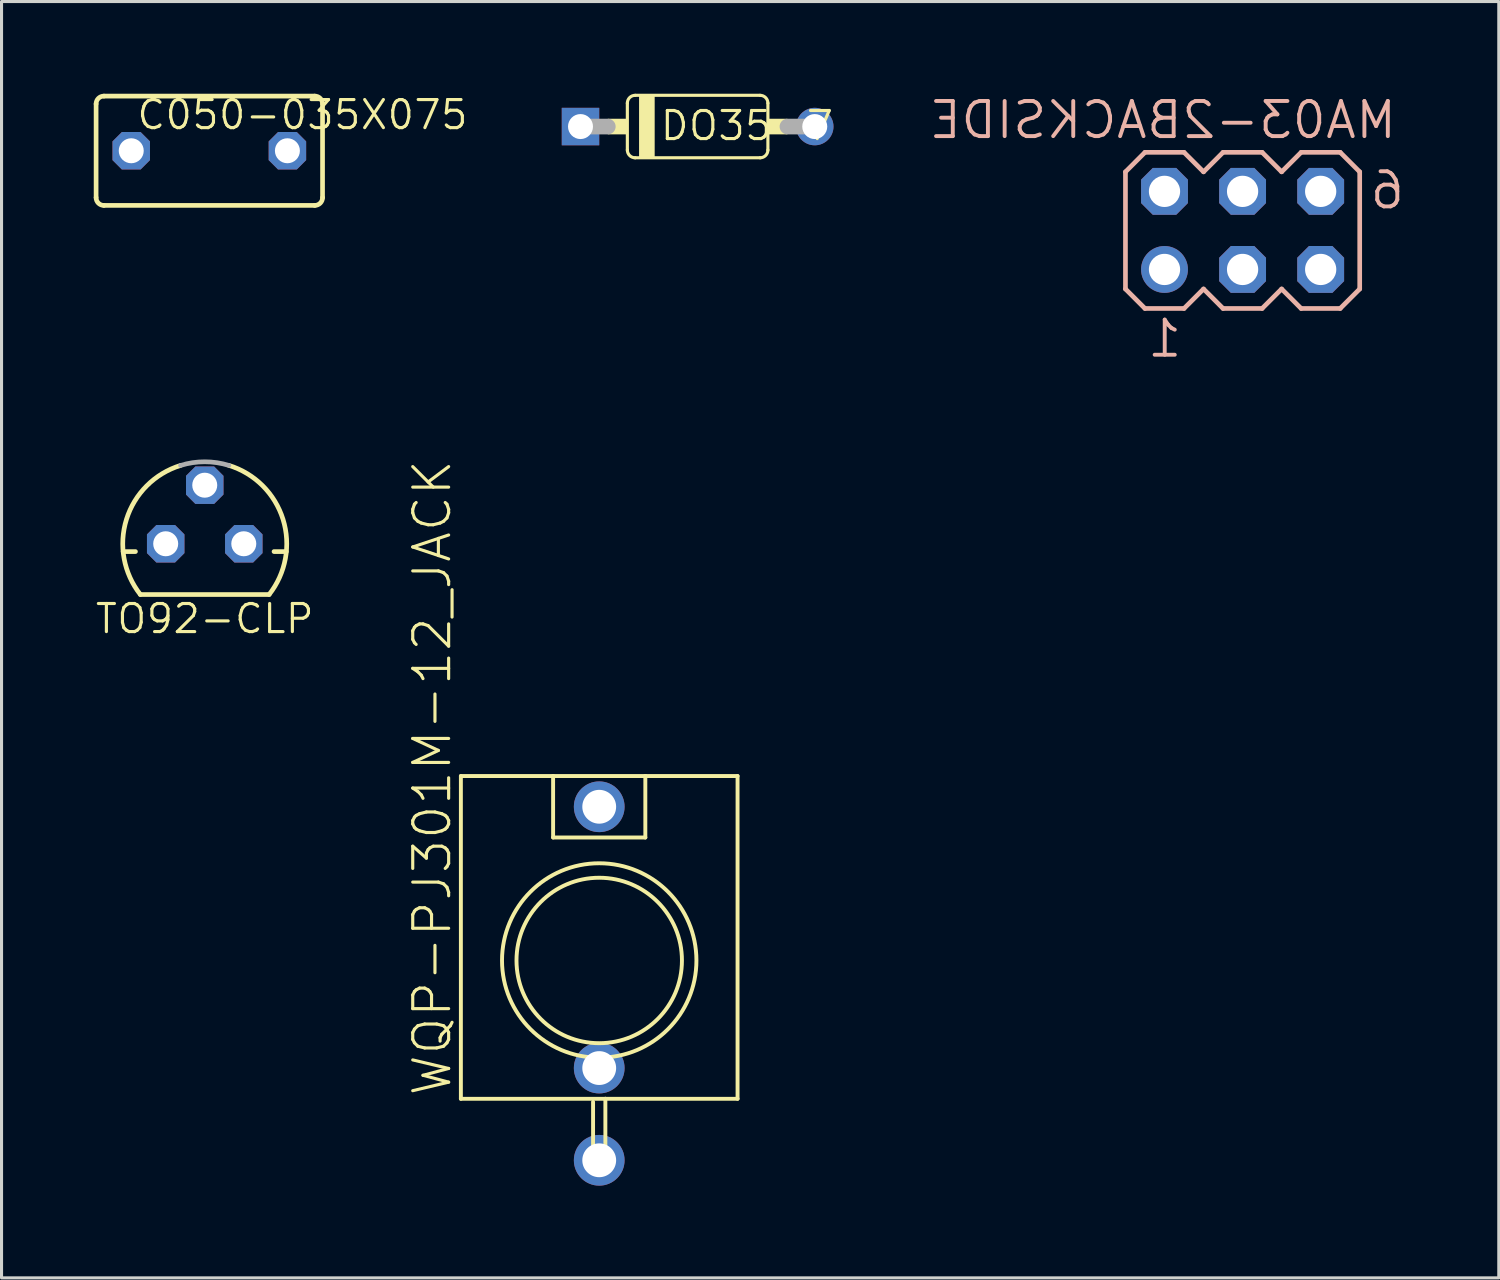
<source format=kicad_pcb>
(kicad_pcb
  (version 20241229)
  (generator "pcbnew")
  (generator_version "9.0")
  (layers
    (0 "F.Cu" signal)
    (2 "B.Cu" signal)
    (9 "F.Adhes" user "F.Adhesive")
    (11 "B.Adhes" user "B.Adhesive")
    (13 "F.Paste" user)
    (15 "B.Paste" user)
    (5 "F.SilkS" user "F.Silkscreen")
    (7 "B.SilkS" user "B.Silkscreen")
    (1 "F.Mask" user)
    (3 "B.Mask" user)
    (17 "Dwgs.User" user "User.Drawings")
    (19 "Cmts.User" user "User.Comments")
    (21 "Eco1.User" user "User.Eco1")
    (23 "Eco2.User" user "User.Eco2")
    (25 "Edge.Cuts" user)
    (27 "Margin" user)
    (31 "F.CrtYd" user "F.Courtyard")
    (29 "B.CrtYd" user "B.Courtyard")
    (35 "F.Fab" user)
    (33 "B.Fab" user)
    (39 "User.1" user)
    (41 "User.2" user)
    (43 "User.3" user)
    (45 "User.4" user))
  (footprint "DO35-7"
    (layer "F.Cu")
    (at 19.643 1.067)
    (property "Reference" "DO35-7" (at -1.27 0.508 0) (layer "F.SilkS") (effects (font (size 0.914 0.914) (thickness 0.102)) (justify left bottom)))
    (fp_line (start -2.286 -0.762) (end -2.286 0.762) (stroke (width 0.102) (type solid)) (layer "F.SilkS"))
    (fp_line (start -2.032 -1.016) (end 2.032 -1.016) (stroke (width 0.102) (type solid)) (layer "F.SilkS"))
    (fp_line (start -2.032 1.016) (end 2.032 1.016) (stroke (width 0.102) (type solid)) (layer "F.SilkS"))
    (fp_line (start 2.286 -0.762) (end 2.286 0.762) (stroke (width 0.102) (type solid)) (layer "F.SilkS"))
    (fp_arc (start -2.286 -0.762) (mid -2.211605 -0.941605) (end -2.032 -1.016) (stroke (width 0.1016) (type solid)) (layer "F.SilkS"))
    (fp_arc (start -2.032 1.016) (mid -2.211605 0.941605) (end -2.286 0.762) (stroke (width 0.1016) (type solid)) (layer "F.SilkS"))
    (fp_arc (start 2.032 -1.016) (mid 2.211605 -0.941605) (end 2.286 -0.762) (stroke (width 0.1016) (type solid)) (layer "F.SilkS"))
    (fp_arc (start 2.286 0.762) (mid 2.211605 0.941605) (end 2.032 1.016) (stroke (width 0.1016) (type solid)) (layer "F.SilkS"))
    (fp_poly (pts (xy -2.921 0.254) (xy -2.286 0.254) (xy -2.286 -0.254) (xy -2.921 -0.254)) (stroke (width 0) (type solid)) (fill yes) (layer "F.SilkS"))
    (fp_poly (pts (xy -1.905 1.016) (xy -1.397 1.016) (xy -1.397 -1.016) (xy -1.905 -1.016)) (stroke (width 0) (type solid)) (fill yes) (layer "F.SilkS"))
    (fp_poly (pts (xy 2.286 0.254) (xy 2.921 0.254) (xy 2.921 -0.254) (xy 2.286 -0.254)) (stroke (width 0) (type solid)) (fill yes) (layer "F.SilkS"))
    (fp_line (start -3.81 0) (end -2.921 0) (stroke (width 0.508) (type solid)) (layer "F.Fab"))
    (fp_line (start 3.81 0) (end 2.921 0) (stroke (width 0.508) (type solid)) (layer "F.Fab"))
    (pad "A" thru_hole circle (at 3.81 0) (size 1.219 1.219) (drill 0.813) (layers "*.Cu" "*.Mask"))
    (pad "C" thru_hole rect (at -3.81 0) (size 1.219 1.219) (drill 0.813) (layers "*.Cu" "*.Mask")))
  (footprint "TO92-CLP"
    (layer "F.Cu")
    (at 3.61 14.638)
    (property "Reference" "TO92-CLP" (at 0 1.905 0) (layer "F.SilkS") (effects (font (size 0.914 0.914) (thickness 0.102)) (justify top)))
    (fp_line (start -2.655 0.254) (end -2.254 0.254) (stroke (width 0.152) (type solid)) (layer "F.SilkS"))
    (fp_line (start -2.095 1.651) (end 2.095 1.651) (stroke (width 0.152) (type solid)) (layer "F.SilkS"))
    (fp_line (start 2.254 0.254) (end 2.655 0.254) (stroke (width 0.152) (type solid)) (layer "F.SilkS"))
    (fp_arc (start -2.0946 1.651) (mid -2.54634 -0.793276) (end -0.786301 -2.548501) (stroke (width 0.1524) (type solid)) (layer "F.SilkS"))
    (fp_arc (start 0.7868 -2.5484) (mid 2.54677 -0.793202) (end 2.095 1.650999) (stroke (width 0.1524) (type solid)) (layer "F.SilkS"))
    (fp_arc (start -0.7863 -2.5485) (mid 0 -2.667043) (end 0.7863 -2.5485) (stroke (width 0.1524) (type solid)) (layer "F.Fab"))
    (pad "A" thru_hole roundrect (at 0 -1.905) (size 1.219 1.219) (drill 0.813) (layers "*.Cu" "*.Mask") (roundrect_rratio 0.25) (chamfer_ratio 0.25) (chamfer top_left top_right bottom_left bottom_right))
    (pad "C" thru_hole roundrect (at 1.27 0) (size 1.219 1.219) (drill 0.813) (layers "*.Cu" "*.Mask") (roundrect_rratio 0.25) (chamfer_ratio 0.25) (chamfer top_left top_right bottom_left bottom_right))
    (pad "R" thru_hole roundrect (at -1.27 0) (size 1.219 1.219) (drill 0.813) (layers "*.Cu" "*.Mask") (roundrect_rratio 0.25) (chamfer_ratio 0.25) (chamfer top_left top_right bottom_left bottom_right)))
  (footprint "C050-035X075"
    (layer "F.Cu")
    (at 3.759 1.854)
    (property "Reference" "C050-035X075" (at -2.413 -0.635 0) (layer "F.SilkS") (effects (font (size 0.914 0.914) (thickness 0.102)) (justify left bottom)))
    (fp_line (start -3.683 -1.524) (end -3.683 1.524) (stroke (width 0.152) (type solid)) (layer "F.SilkS"))
    (fp_line (start -3.429 1.778) (end 3.429 1.778) (stroke (width 0.152) (type solid)) (layer "F.SilkS"))
    (fp_line (start 3.429 -1.778) (end -3.429 -1.778) (stroke (width 0.152) (type solid)) (layer "F.SilkS"))
    (fp_line (start 3.683 1.524) (end 3.683 -1.524) (stroke (width 0.152) (type solid)) (layer "F.SilkS"))
    (fp_arc (start -3.683 -1.524) (mid -3.608605 -1.703605) (end -3.429 -1.778) (stroke (width 0.1524) (type solid)) (layer "F.SilkS"))
    (fp_arc (start -3.429 1.778) (mid -3.608605 1.703605) (end -3.683 1.524) (stroke (width 0.1524) (type solid)) (layer "F.SilkS"))
    (fp_arc (start 3.429 -1.778) (mid 3.608605 -1.703605) (end 3.683 -1.524) (stroke (width 0.1524) (type solid)) (layer "F.SilkS"))
    (fp_arc (start 3.683 1.524) (mid 3.608605 1.703605) (end 3.429 1.778) (stroke (width 0.1524) (type solid)) (layer "F.SilkS"))
    (pad "1" thru_hole roundrect (at -2.54 0) (size 1.219 1.219) (drill 0.813) (layers "*.Cu" "*.Mask") (roundrect_rratio 0.25) (chamfer_ratio 0.25) (chamfer top_left top_right bottom_left bottom_right))
    (pad "2" thru_hole roundrect (at 2.54 0) (size 1.219 1.219) (drill 0.813) (layers "*.Cu" "*.Mask") (roundrect_rratio 0.25) (chamfer_ratio 0.25) (chamfer top_left top_right bottom_left bottom_right)))
  (footprint "WQP-PJ301M-12_JACK"
    (layer "F.Cu")
    (at 16.442 28.193)
    (property "Reference" "WQP-PJ301M-12_JACK" (at -4.75 4.47 90) (layer "F.SilkS") (effects (font (size 1.168 1.168) (thickness 0.102)) (justify left bottom)))
    (fp_line (start -4.5 -6) (end -4.5 4.5) (stroke (width 0.127) (type solid)) (layer "F.SilkS"))
    (fp_line (start -4.5 -6) (end -1.5 -6) (stroke (width 0.127) (type solid)) (layer "F.SilkS"))
    (fp_line (start -4.5 4.5) (end 0.2 4.5) (stroke (width 0.127) (type solid)) (layer "F.SilkS"))
    (fp_line (start -1.5 -6) (end -1.5 -4) (stroke (width 0.127) (type solid)) (layer "F.SilkS"))
    (fp_line (start -1.5 -6) (end 1.5 -6) (stroke (width 0.127) (type solid)) (layer "F.SilkS"))
    (fp_line (start -1.5 -4) (end 1.5 -4) (stroke (width 0.127) (type solid)) (layer "F.SilkS"))
    (fp_line (start -0.2 4.6) (end -0.2 6.7) (stroke (width 0.127) (type solid)) (layer "F.SilkS"))
    (fp_line (start -0.2 6.7) (end 0.2 6.7) (stroke (width 0.127) (type solid)) (layer "F.SilkS"))
    (fp_line (start 0.2 4.5) (end 4.5 4.5) (stroke (width 0.127) (type solid)) (layer "F.SilkS"))
    (fp_line (start 0.2 6.7) (end 0.2 4.5) (stroke (width 0.127) (type solid)) (layer "F.SilkS"))
    (fp_line (start 1.5 -6) (end 4.5 -6) (stroke (width 0.127) (type solid)) (layer "F.SilkS"))
    (fp_line (start 1.5 -4) (end 1.5 -6) (stroke (width 0.127) (type solid)) (layer "F.SilkS"))
    (fp_line (start 4.5 4.5) (end 4.5 -6) (stroke (width 0.127) (type solid)) (layer "F.SilkS"))
    (fp_circle (center 0 0) (end 2.691 0) (stroke (width 0.127) (type solid)) (fill no) (layer "F.SilkS"))
    (fp_circle (center 0 0) (end 3.162 0) (stroke (width 0.127) (type solid)) (fill no) (layer "F.SilkS"))
    (pad "P$1_TIP" thru_hole circle (at 0 -5) (size 1.65 1.65) (drill 1.1) (layers "*.Cu" "*.Mask"))
    (pad "P$2_SWITCH" thru_hole circle (at 0 3.5) (size 1.65 1.65) (drill 1.1) (layers "*.Cu" "*.Mask"))
    (pad "P$3_SLEEVE" thru_hole circle (at 0 6.5) (size 1.65 1.65) (drill 1.1) (layers "*.Cu" "*.Mask"))
    (zone (net_name "") (layer "F.Cu") (hatch edge 0.508) (connect_pads) (min_thickness 0.254) (filled_areas_thickness no) (keepout (tracks not_allowed) (vias not_allowed) (pads not_allowed) (copperpour not_allowed) (footprints allowed)) (placement (enabled no)) (fill) (polygon (pts (xy 13.642 30.993) (xy 19.242 30.993) (xy 19.242 25.393) (xy 13.642 25.393)))))
  (footprint "MA03-2BACKSIDE"
    (layer "F.Cu")
    (at 37.37 4.445)
    (property "Reference" "MA03-2BACKSIDE" (at 5.08 -2.921 0) (layer "B.SilkS") (effects (font (size 1.143 1.143) (thickness 0.127)) (justify left bottom mirror)))
    (fp_line (start -3.81 -1.905) (end -3.81 1.905) (stroke (width 0.152) (type solid)) (layer "B.SilkS"))
    (fp_line (start -3.81 1.905) (end -3.175 2.54) (stroke (width 0.152) (type solid)) (layer "B.SilkS"))
    (fp_line (start -3.175 -2.54) (end -3.81 -1.905) (stroke (width 0.152) (type solid)) (layer "B.SilkS"))
    (fp_line (start -3.175 -2.54) (end -1.905 -2.54) (stroke (width 0.152) (type solid)) (layer "B.SilkS"))
    (fp_line (start -1.905 -2.54) (end -1.27 -1.905) (stroke (width 0.152) (type solid)) (layer "B.SilkS"))
    (fp_line (start -1.905 2.54) (end -3.175 2.54) (stroke (width 0.152) (type solid)) (layer "B.SilkS"))
    (fp_line (start -1.27 -1.905) (end -0.635 -2.54) (stroke (width 0.152) (type solid)) (layer "B.SilkS"))
    (fp_line (start -1.27 1.905) (end -1.905 2.54) (stroke (width 0.152) (type solid)) (layer "B.SilkS"))
    (fp_line (start -0.635 -2.54) (end 0.635 -2.54) (stroke (width 0.152) (type solid)) (layer "B.SilkS"))
    (fp_line (start -0.635 2.54) (end -1.27 1.905) (stroke (width 0.152) (type solid)) (layer "B.SilkS"))
    (fp_line (start 0.635 -2.54) (end 1.27 -1.905) (stroke (width 0.152) (type solid)) (layer "B.SilkS"))
    (fp_line (start 0.635 2.54) (end -0.635 2.54) (stroke (width 0.152) (type solid)) (layer "B.SilkS"))
    (fp_line (start 1.27 -1.905) (end 1.905 -2.54) (stroke (width 0.152) (type solid)) (layer "B.SilkS"))
    (fp_line (start 1.27 1.905) (end 0.635 2.54) (stroke (width 0.152) (type solid)) (layer "B.SilkS"))
    (fp_line (start 1.905 -2.54) (end 3.175 -2.54) (stroke (width 0.152) (type solid)) (layer "B.SilkS"))
    (fp_line (start 1.905 2.54) (end 1.27 1.905) (stroke (width 0.152) (type solid)) (layer "B.SilkS"))
    (fp_line (start 3.175 -2.54) (end 3.81 -1.905) (stroke (width 0.152) (type solid)) (layer "B.SilkS"))
    (fp_line (start 3.175 2.54) (end 1.905 2.54) (stroke (width 0.152) (type solid)) (layer "B.SilkS"))
    (fp_line (start 3.81 -1.905) (end 3.81 1.905) (stroke (width 0.152) (type solid)) (layer "B.SilkS"))
    (fp_line (start 3.81 1.905) (end 3.175 2.54) (stroke (width 0.152) (type solid)) (layer "B.SilkS"))
    (fp_poly (pts (xy -2.794 -1.016) (xy -2.286 -1.016) (xy -2.286 -1.524) (xy -2.794 -1.524)) (stroke (width 0.1) (type solid)) (fill no) (layer "F.Fab"))
    (fp_poly (pts (xy -2.794 1.524) (xy -2.286 1.524) (xy -2.286 1.016) (xy -2.794 1.016)) (stroke (width 0.1) (type solid)) (fill no) (layer "F.Fab"))
    (fp_poly (pts (xy -0.254 -1.016) (xy 0.254 -1.016) (xy 0.254 -1.524) (xy -0.254 -1.524)) (stroke (width 0.1) (type solid)) (fill no) (layer "F.Fab"))
    (fp_poly (pts (xy -0.254 1.524) (xy 0.254 1.524) (xy 0.254 1.016) (xy -0.254 1.016)) (stroke (width 0.1) (type solid)) (fill no) (layer "F.Fab"))
    (fp_poly (pts (xy 2.286 -1.016) (xy 2.794 -1.016) (xy 2.794 -1.524) (xy 2.286 -1.524)) (stroke (width 0.1) (type solid)) (fill no) (layer "F.Fab"))
    (fp_poly (pts (xy 2.286 1.524) (xy 2.794 1.524) (xy 2.794 1.016) (xy 2.286 1.016)) (stroke (width 0.1) (type solid)) (fill no) (layer "F.Fab"))
    (fp_text user "6" (at 5.334 -0.635 0) (layer "B.SilkS") (effects (font (size 1.143 1.143) (thickness 0.127)) (justify left bottom mirror)))
    (fp_text user "1" (at -1.905 4.191 0) (layer "B.SilkS") (effects (font (size 1.143 1.143) (thickness 0.127)) (justify left bottom mirror)))
    (pad "1" thru_hole circle (at -2.54 1.27) (size 1.524 1.524) (drill 1.016) (layers "*.Cu" "*.Mask"))
    (pad "2" thru_hole roundrect (at -2.54 -1.27) (size 1.524 1.524) (drill 1.016) (layers "*.Cu" "*.Mask") (roundrect_rratio 0.25) (chamfer_ratio 0.25) (chamfer top_left top_right bottom_left bottom_right))
    (pad "3" thru_hole roundrect (at 0 1.27) (size 1.524 1.524) (drill 1.016) (layers "*.Cu" "*.Mask") (roundrect_rratio 0.25) (chamfer_ratio 0.25) (chamfer top_left top_right bottom_left bottom_right))
    (pad "4" thru_hole roundrect (at 0 -1.27) (size 1.524 1.524) (drill 1.016) (layers "*.Cu" "*.Mask") (roundrect_rratio 0.25) (chamfer_ratio 0.25) (chamfer top_left top_right bottom_left bottom_right))
    (pad "5" thru_hole roundrect (at 2.54 1.27) (size 1.524 1.524) (drill 1.016) (layers "*.Cu" "*.Mask") (roundrect_rratio 0.25) (chamfer_ratio 0.25) (chamfer top_left top_right bottom_left bottom_right))
    (pad "6" thru_hole roundrect (at 2.54 -1.27) (size 1.524 1.524) (drill 1.016) (layers "*.Cu" "*.Mask") (roundrect_rratio 0.25) (chamfer_ratio 0.25) (chamfer top_left top_right bottom_left bottom_right)))
  (gr_rect
    (start -3 -3)
    (end 45.704 38.518)
    (stroke (width 0.1) (type default))
    (fill no)
    (layer "Edge.Cuts")))
</source>
